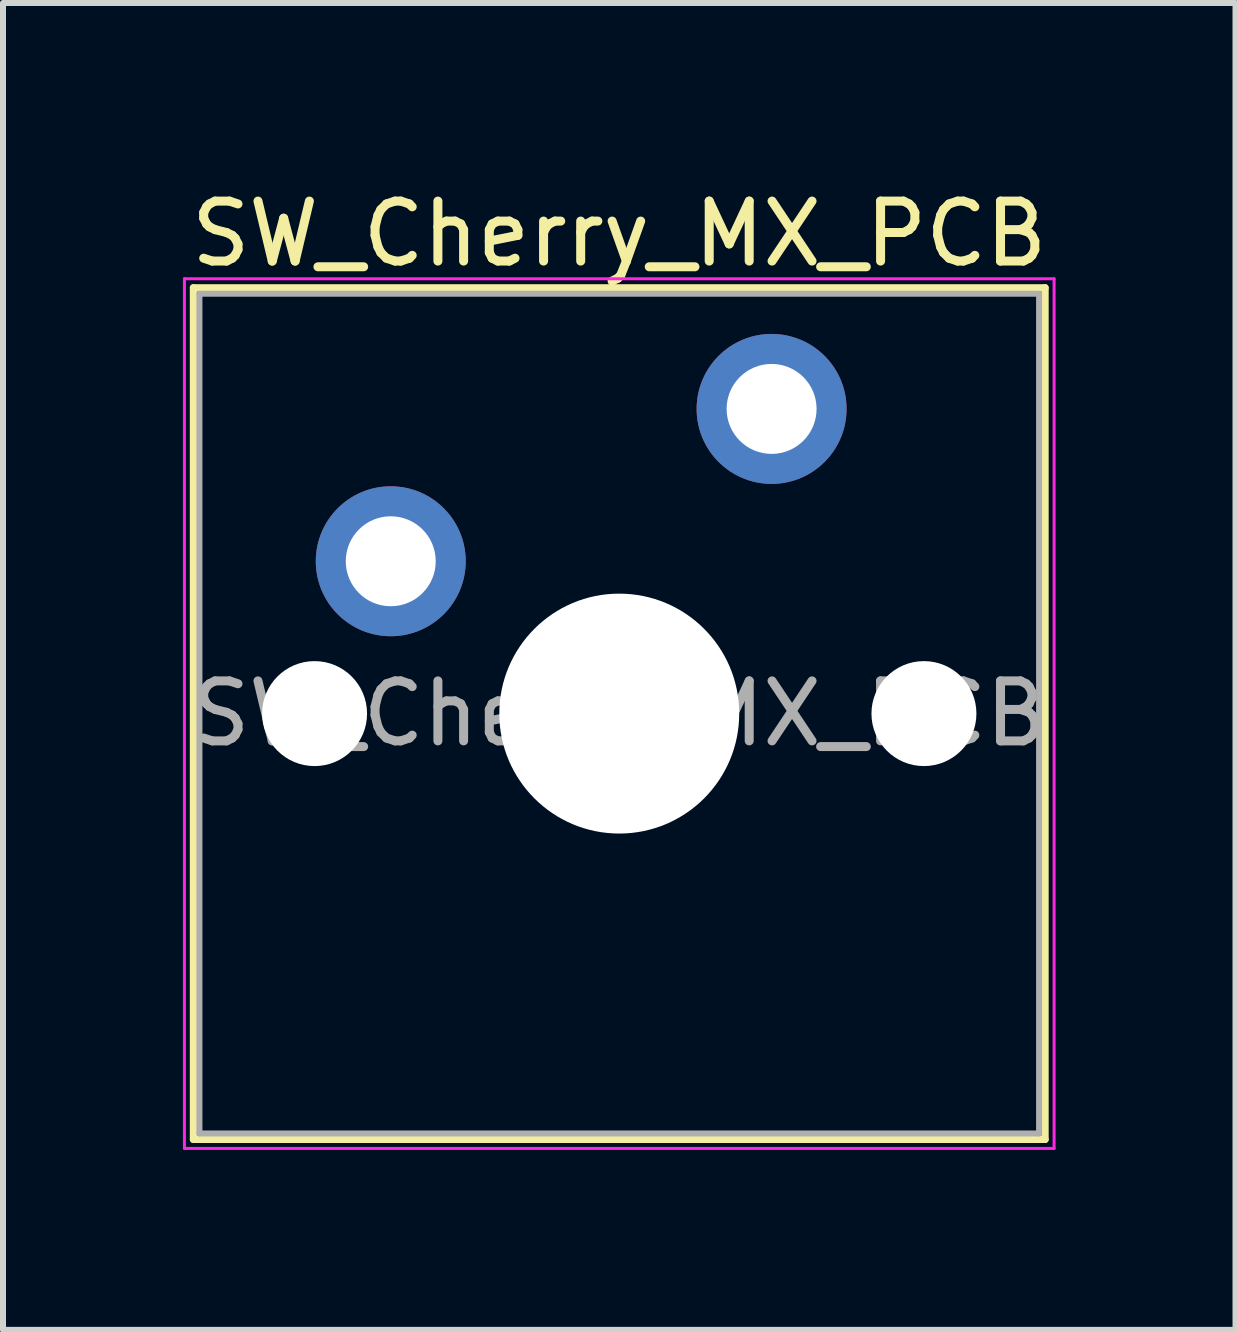
<source format=kicad_pcb>
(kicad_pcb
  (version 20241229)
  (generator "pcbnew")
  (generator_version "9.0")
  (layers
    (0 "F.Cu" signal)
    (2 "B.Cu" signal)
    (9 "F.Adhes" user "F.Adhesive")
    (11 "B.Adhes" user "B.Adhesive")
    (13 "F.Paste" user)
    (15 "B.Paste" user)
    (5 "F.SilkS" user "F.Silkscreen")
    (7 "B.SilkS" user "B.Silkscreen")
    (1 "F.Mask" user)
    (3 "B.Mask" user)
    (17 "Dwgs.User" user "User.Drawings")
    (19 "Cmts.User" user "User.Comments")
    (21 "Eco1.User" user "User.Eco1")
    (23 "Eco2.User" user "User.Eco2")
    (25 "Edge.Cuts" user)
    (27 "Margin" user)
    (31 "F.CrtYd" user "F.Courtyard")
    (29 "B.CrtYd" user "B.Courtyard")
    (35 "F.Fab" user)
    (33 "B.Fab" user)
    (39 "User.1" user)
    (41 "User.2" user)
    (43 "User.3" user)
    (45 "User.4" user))
  (footprint "SW_Cherry_MX_PCB"
    (layer "F.Cu")
    (at 7.275 8.848)
    (property "Reference" "SW_Cherry_MX_PCB" (at 0 -8 0) (layer "F.SilkS") (effects (font (size 1 1) (thickness 0.15))))
    (attr through_hole)
    (fp_line (start -7.1 -7.1) (end -7.1 7.1) (stroke (width 0.12) (type solid)) (layer "F.SilkS"))
    (fp_line (start -7.1 7.1) (end 7.1 7.1) (stroke (width 0.12) (type solid)) (layer "F.SilkS"))
    (fp_line (start 7.1 -7.1) (end -7.1 -7.1) (stroke (width 0.12) (type solid)) (layer "F.SilkS"))
    (fp_line (start 7.1 7.1) (end 7.1 -7.1) (stroke (width 0.12) (type solid)) (layer "F.SilkS"))
    (fp_line (start -7 -7) (end -7 7) (stroke (width 0.1) (type solid)) (layer "Eco1.User"))
    (fp_line (start -7 7) (end 7 7) (stroke (width 0.1) (type solid)) (layer "Eco1.User"))
    (fp_line (start 7 -7) (end -7 -7) (stroke (width 0.1) (type solid)) (layer "Eco1.User"))
    (fp_line (start 7 7) (end 7 -7) (stroke (width 0.1) (type solid)) (layer "Eco1.User"))
    (fp_line (start -7.25 -7.25) (end -7.25 7.25) (stroke (width 0.05) (type solid)) (layer "F.CrtYd"))
    (fp_line (start -7.25 7.25) (end 7.25 7.25) (stroke (width 0.05) (type solid)) (layer "F.CrtYd"))
    (fp_line (start 7.25 -7.25) (end -7.25 -7.25) (stroke (width 0.05) (type solid)) (layer "F.CrtYd"))
    (fp_line (start 7.25 7.25) (end 7.25 -7.25) (stroke (width 0.05) (type solid)) (layer "F.CrtYd"))
    (fp_line (start -7 -7) (end -7 7) (stroke (width 0.1) (type solid)) (layer "F.Fab"))
    (fp_line (start -7 7) (end 7 7) (stroke (width 0.1) (type solid)) (layer "F.Fab"))
    (fp_line (start 7 -7) (end -7 -7) (stroke (width 0.1) (type solid)) (layer "F.Fab"))
    (fp_line (start 7 7) (end 7 -7) (stroke (width 0.1) (type solid)) (layer "F.Fab"))
    (fp_text user "${REFERENCE}" (at 0 0 0) (layer "F.Fab") (effects (font (size 1 1) (thickness 0.15))))
    (pad "" np_thru_hole circle (at -5.08 0) (size 1.75 1.75) (drill 1.75) (layers "*.Cu" "*.Mask"))
    (pad "" smd circle (at -3.81 -2.54) (size 1.55 1.55) (layers "F.Mask"))
    (pad "" np_thru_hole circle (at 0 0) (size 4 4) (drill 4) (layers "*.Cu" "*.Mask"))
    (pad "" smd circle (at 2.54 -5.08) (size 1.55 1.55) (layers "F.Mask"))
    (pad "" np_thru_hole circle (at 5.08 0) (size 1.75 1.75) (drill 1.75) (layers "*.Cu" "*.Mask"))
    (pad "1" thru_hole circle (at -3.81 -2.54) (size 2.5 2.5) (drill 1.5) (layers "*.Cu" "B.Mask"))
    (pad "2" thru_hole circle (at 2.54 -5.08) (size 2.5 2.5) (drill 1.5) (layers "*.Cu" "B.Mask")))
  (gr_rect
    (start -3 -3)
    (end 17.55 19.123)
    (stroke (width 0.1) (type default))
    (fill no)
    (layer "Edge.Cuts")))
</source>
